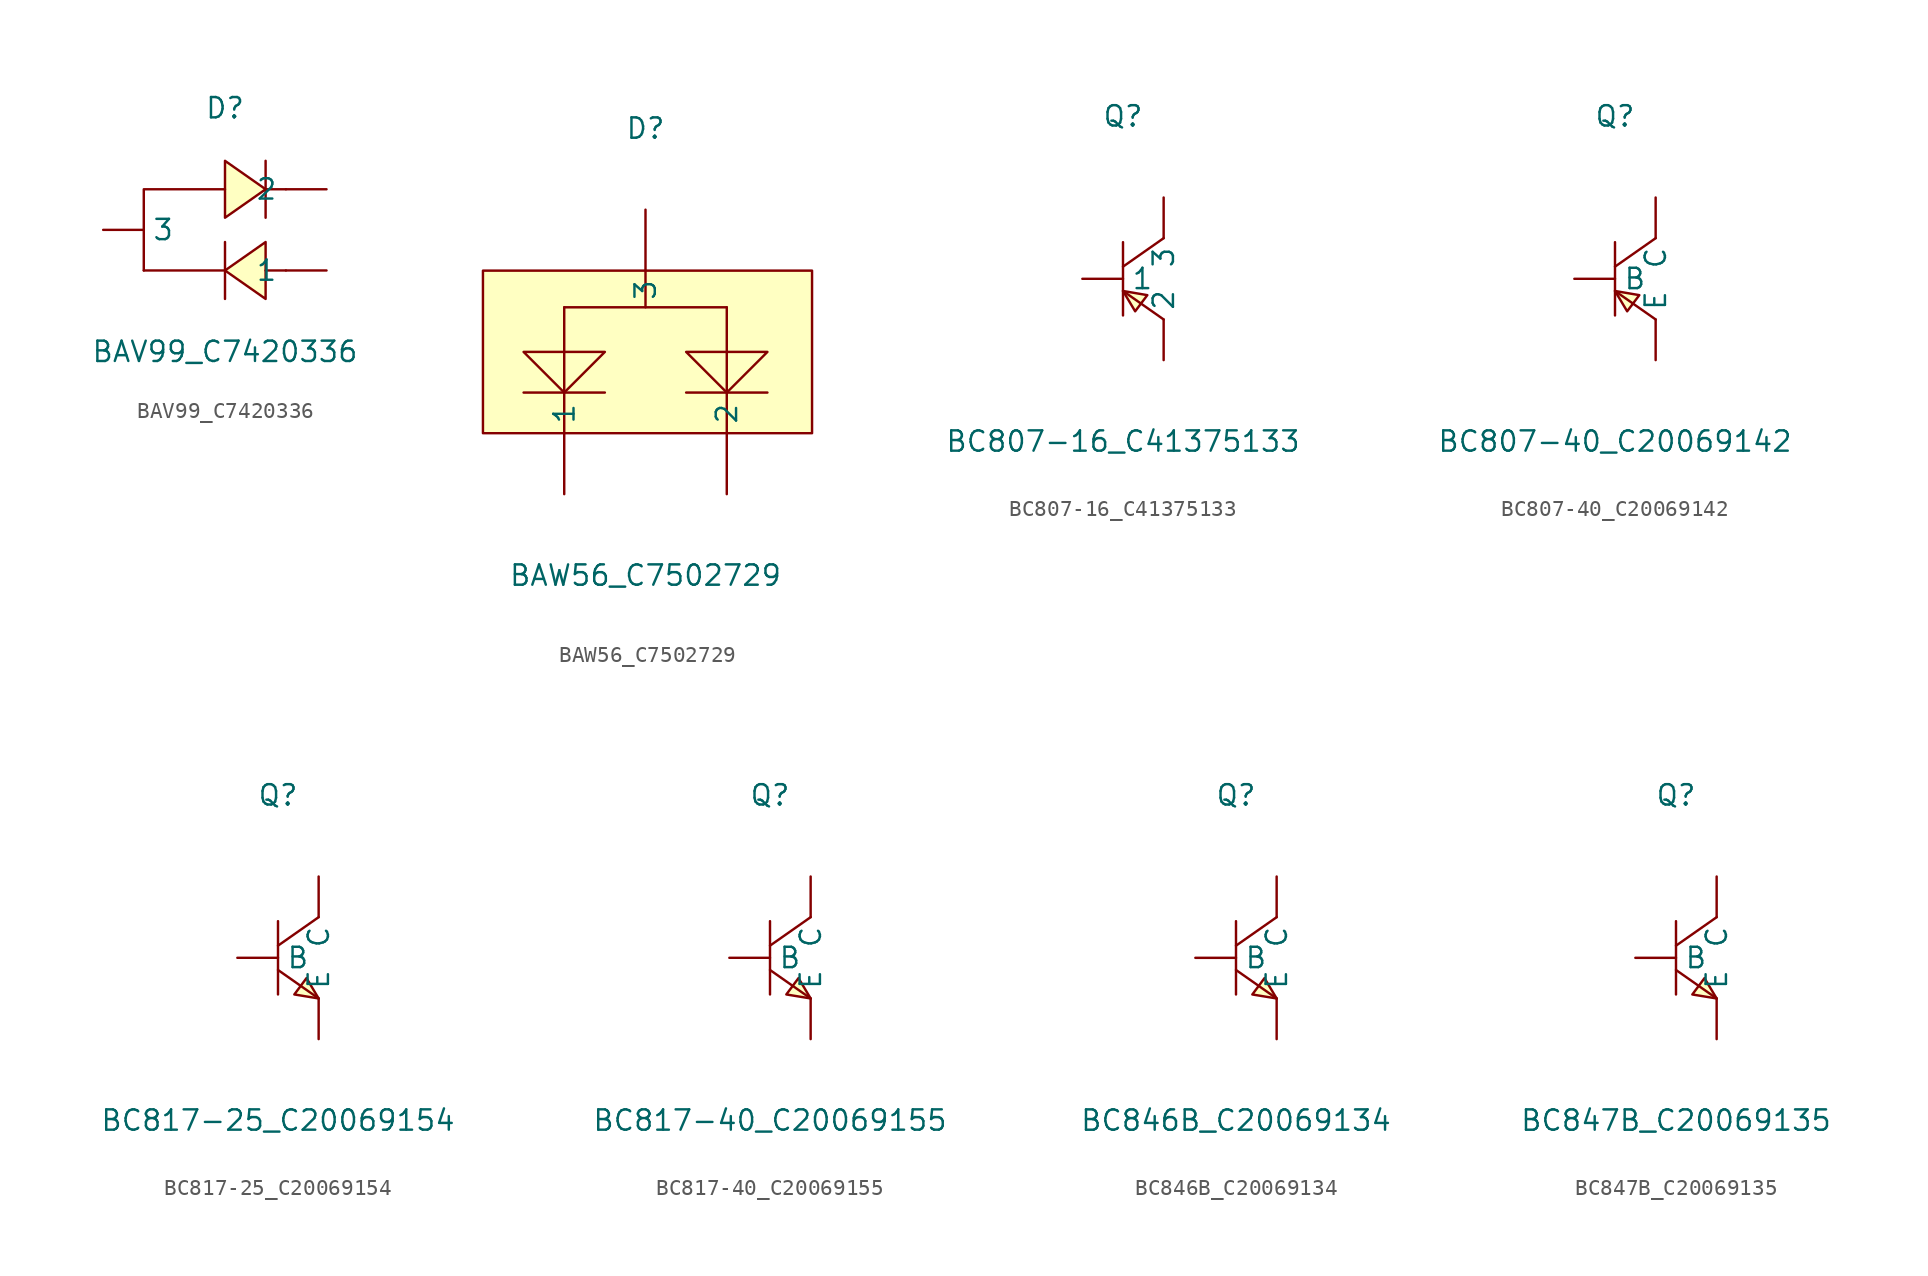
<source format=kicad_sym>
(kicad_symbol_lib
  (version 20241209)
  (generator "kicad_symbol_editor")
  (generator_version "9.0")
  (symbol "BAV99_C7420336"
    (pin_numbers
      (hide yes))
    (property "Reference" "D"
      (at 0 7.62 0)
      (effects (font (size 1.27 1.27))))
    (property "Value" "BAV99_C7420336"
      (at 0 -7.62 0)
      (effects (font (size 1.27 1.27))))
    (symbol "BAV99_C7420336_0_1"
      (polyline (pts (xy 0 2.54) (xy -5.08 2.54) (xy -5.08 -2.54) (xy -5.08 2.54)) (stroke (width 0) (type default)) (fill (type none)))
      (polyline (pts (xy 0 0.76) (xy 2.54 2.54) (xy 0 4.32) (xy 0 0.76)) (stroke (width 0) (type default)) (fill (type background)))
      (polyline (pts (xy 0 -0.76) (xy 0 -4.32)) (stroke (width 0) (type default)) (fill (type none)))
      (polyline (pts (xy 0 -2.54) (xy -5.08 -2.54)) (stroke (width 0) (type default)) (fill (type none)))
      (polyline (pts (xy 2.54 0.76) (xy 2.54 4.32)) (stroke (width 0) (type default)) (fill (type none)))
      (polyline (pts (xy 2.54 -0.76) (xy 0 -2.54) (xy 2.54 -4.32) (xy 2.54 -0.76)) (stroke (width 0) (type default)) (fill (type background)))
      (polyline (pts (xy 3.81 2.54) (xy 2.54 2.54)) (stroke (width 0) (type default)) (fill (type none)))
      (polyline (pts (xy 3.81 -2.54) (xy 2.54 -2.54)) (stroke (width 0) (type default)) (fill (type none)))
      (pin unspecified line (at -7.62 0 0) (length 2.54) (name "3" (effects (font (size 1.27 1.27)))) (number "3" (effects (font (size 1.27 1.27)))))
      (pin unspecified line (at 6.35 2.54 180) (length 2.54) (name "2" (effects (font (size 1.27 1.27)))) (number "2" (effects (font (size 1.27 1.27)))))
      (pin unspecified line (at 6.35 -2.54 180) (length 2.54) (name "1" (effects (font (size 1.27 1.27)))) (number "1" (effects (font (size 1.27 1.27)))))))
  (symbol "BAW56_C7502729"
    (pin_numbers
      (hide yes))
    (property "Reference" "D"
      (at 0 13.97 0)
      (effects (font (size 1.27 1.27))))
    (property "Value" "BAW56_C7502729"
      (at 0 -13.97 0)
      (effects (font (size 1.27 1.27))))
    (symbol "BAW56_C7502729_0_1"
      (rectangle (start -10.16 5.08) (end 10.41 -5.08) (stroke (width 0) (type default)) (fill (type background)))
      (polyline (pts (xy -7.62 -2.54) (xy -2.54 -2.54)) (stroke (width 0) (type default)) (fill (type none)))
      (polyline (pts (xy -5.08 2.79) (xy -5.08 -5.08)) (stroke (width 0) (type default)) (fill (type none)))
      (polyline (pts (xy -5.08 2.79) (xy 5.08 2.79)) (stroke (width 0) (type default)) (fill (type none)))
      (polyline (pts (xy -2.54 0) (xy -5.08 -2.54) (xy -7.62 0) (xy -2.54 0)) (stroke (width 0) (type default)) (fill (type background)))
      (polyline (pts (xy 0 5.08) (xy 0 2.79)) (stroke (width 0) (type default)) (fill (type none)))
      (polyline (pts (xy 2.54 -2.54) (xy 7.62 -2.54)) (stroke (width 0) (type default)) (fill (type none)))
      (polyline (pts (xy 5.08 2.79) (xy 5.08 -5.08)) (stroke (width 0) (type default)) (fill (type none)))
      (polyline (pts (xy 7.62 0) (xy 5.08 -2.54) (xy 2.54 0) (xy 7.62 0)) (stroke (width 0) (type default)) (fill (type background)))
      (pin input line (at -5.08 -8.89 90) (length 3.81) (name "1" (effects (font (size 1.27 1.27)))) (number "1" (effects (font (size 1.27 1.27)))))
      (pin input line (at 0 8.89 270) (length 3.81) (name "3" (effects (font (size 1.27 1.27)))) (number "3" (effects (font (size 1.27 1.27)))))
      (pin input line (at 5.08 -8.89 90) (length 3.81) (name "2" (effects (font (size 1.27 1.27)))) (number "2" (effects (font (size 1.27 1.27)))))))
  (symbol "BC807-16_C41375133"
    (pin_numbers
      (hide yes))
    (property "Reference" "Q"
      (at 0 10.16 0)
      (effects (font (size 1.27 1.27))))
    (property "Value" "BC807-16_C41375133"
      (at 0 -10.16 0)
      (effects (font (size 1.27 1.27))))
    (symbol "BC807-16_C41375133_0_1"
      (polyline (pts (xy 0 2.29) (xy 0 -2.29)) (stroke (width 0) (type default)) (fill (type none)))
      (polyline (pts (xy 0 -0.76) (xy 2.54 -2.54)) (stroke (width 0) (type default)) (fill (type none)))
      (polyline (pts (xy 0 -0.76) (xy 0.76 -2.03) (xy 1.52 -1.02) (xy 0 -0.76)) (stroke (width 0) (type default)) (fill (type background)))
      (polyline (pts (xy 2.54 2.54) (xy 0 0.76)) (stroke (width 0) (type default)) (fill (type none)))
      (pin input line (at -2.54 0 0) (length 2.54) (name "1" (effects (font (size 1.27 1.27)))) (number "1" (effects (font (size 1.27 1.27)))))
      (pin input line (at 2.54 5.08 270) (length 2.54) (name "3" (effects (font (size 1.27 1.27)))) (number "3" (effects (font (size 1.27 1.27)))))
      (pin input line (at 2.54 -5.08 90) (length 2.54) (name "2" (effects (font (size 1.27 1.27)))) (number "2" (effects (font (size 1.27 1.27)))))))
  (symbol "BC807-40_C20069142"
    (pin_numbers
      (hide yes))
    (property "Reference" "Q"
      (at 0 10.16 0)
      (effects (font (size 1.27 1.27))))
    (property "Value" "BC807-40_C20069142"
      (at 0 -10.16 0)
      (effects (font (size 1.27 1.27))))
    (symbol "BC807-40_C20069142_0_1"
      (polyline (pts (xy 0 2.29) (xy 0 -2.29)) (stroke (width 0) (type default)) (fill (type none)))
      (polyline (pts (xy 0 -0.76) (xy 2.54 -2.54)) (stroke (width 0) (type default)) (fill (type none)))
      (polyline (pts (xy 0 -0.76) (xy 0.76 -2.03) (xy 1.52 -1.02) (xy 0 -0.76)) (stroke (width 0) (type default)) (fill (type background)))
      (polyline (pts (xy 2.54 2.54) (xy 0 0.76)) (stroke (width 0) (type default)) (fill (type none)))
      (pin unspecified line (at -2.54 0 0) (length 2.54) (name "B" (effects (font (size 1.27 1.27)))) (number "1" (effects (font (size 1.27 1.27)))))
      (pin unspecified line (at 2.54 5.08 270) (length 2.54) (name "C" (effects (font (size 1.27 1.27)))) (number "3" (effects (font (size 1.27 1.27)))))
      (pin unspecified line (at 2.54 -5.08 90) (length 2.54) (name "E" (effects (font (size 1.27 1.27)))) (number "2" (effects (font (size 1.27 1.27)))))))
  (symbol "BC817-25_C20069154"
    (pin_numbers
      (hide yes))
    (property "Reference" "Q"
      (at 0 10.16 0)
      (effects (font (size 1.27 1.27))))
    (property "Value" "BC817-25_C20069154"
      (at 0 -10.16 0)
      (effects (font (size 1.27 1.27))))
    (symbol "BC817-25_C20069154_0_1"
      (polyline (pts (xy 0 2.29) (xy 0 -2.29)) (stroke (width 0) (type default)) (fill (type none)))
      (polyline (pts (xy 0 -0.76) (xy 2.54 -2.54)) (stroke (width 0) (type default)) (fill (type none)))
      (polyline (pts (xy 2.54 2.54) (xy 0 0.76)) (stroke (width 0) (type default)) (fill (type none)))
      (polyline (pts (xy 2.54 -2.54) (xy 1.78 -1.27) (xy 1.02 -2.29) (xy 2.54 -2.54)) (stroke (width 0) (type default)) (fill (type background)))
      (pin unspecified line (at -2.54 0 0) (length 2.54) (name "B" (effects (font (size 1.27 1.27)))) (number "1" (effects (font (size 1.27 1.27)))))
      (pin unspecified line (at 2.54 5.08 270) (length 2.54) (name "C" (effects (font (size 1.27 1.27)))) (number "3" (effects (font (size 1.27 1.27)))))
      (pin unspecified line (at 2.54 -5.08 90) (length 2.54) (name "E" (effects (font (size 1.27 1.27)))) (number "2" (effects (font (size 1.27 1.27)))))))
  (symbol "BC817-40_C20069155"
    (pin_numbers
      (hide yes))
    (property "Reference" "Q"
      (at 0 10.16 0)
      (effects (font (size 1.27 1.27))))
    (property "Value" "BC817-40_C20069155"
      (at 0 -10.16 0)
      (effects (font (size 1.27 1.27))))
    (symbol "BC817-40_C20069155_0_1"
      (polyline (pts (xy 0 2.29) (xy 0 -2.29)) (stroke (width 0) (type default)) (fill (type none)))
      (polyline (pts (xy 0 -0.76) (xy 2.54 -2.54)) (stroke (width 0) (type default)) (fill (type none)))
      (polyline (pts (xy 2.54 2.54) (xy 0 0.76)) (stroke (width 0) (type default)) (fill (type none)))
      (polyline (pts (xy 2.54 -2.54) (xy 1.78 -1.27) (xy 1.02 -2.29) (xy 2.54 -2.54)) (stroke (width 0) (type default)) (fill (type background)))
      (pin input line (at -2.54 0 0) (length 2.54) (name "B" (effects (font (size 1.27 1.27)))) (number "1" (effects (font (size 1.27 1.27)))))
      (pin input line (at 2.54 5.08 270) (length 2.54) (name "C" (effects (font (size 1.27 1.27)))) (number "3" (effects (font (size 1.27 1.27)))))
      (pin input line (at 2.54 -5.08 90) (length 2.54) (name "E" (effects (font (size 1.27 1.27)))) (number "2" (effects (font (size 1.27 1.27)))))))
  (symbol "BC846B_C20069134"
    (pin_numbers
      (hide yes))
    (property "Reference" "Q"
      (at 0 10.16 0)
      (effects (font (size 1.27 1.27))))
    (property "Value" "BC846B_C20069134"
      (at 0 -10.16 0)
      (effects (font (size 1.27 1.27))))
    (symbol "BC846B_C20069134_0_1"
      (polyline (pts (xy 0 2.29) (xy 0 -2.29)) (stroke (width 0) (type default)) (fill (type none)))
      (polyline (pts (xy 0 -0.76) (xy 2.54 -2.54)) (stroke (width 0) (type default)) (fill (type none)))
      (polyline (pts (xy 2.54 2.54) (xy 0 0.76)) (stroke (width 0) (type default)) (fill (type none)))
      (polyline (pts (xy 2.54 -2.54) (xy 1.78 -1.27) (xy 1.02 -2.29) (xy 2.54 -2.54)) (stroke (width 0) (type default)) (fill (type background)))
      (pin input line (at -2.54 0 0) (length 2.54) (name "B" (effects (font (size 1.27 1.27)))) (number "1" (effects (font (size 1.27 1.27)))))
      (pin input line (at 2.54 5.08 270) (length 2.54) (name "C" (effects (font (size 1.27 1.27)))) (number "3" (effects (font (size 1.27 1.27)))))
      (pin input line (at 2.54 -5.08 90) (length 2.54) (name "E" (effects (font (size 1.27 1.27)))) (number "2" (effects (font (size 1.27 1.27)))))))
  (symbol "BC847B_C20069135"
    (pin_numbers
      (hide yes))
    (property "Reference" "Q"
      (at 0 10.16 0)
      (effects (font (size 1.27 1.27))))
    (property "Value" "BC847B_C20069135"
      (at 0 -10.16 0)
      (effects (font (size 1.27 1.27))))
    (symbol "BC847B_C20069135_0_1"
      (polyline (pts (xy 0 2.29) (xy 0 -2.29)) (stroke (width 0) (type default)) (fill (type none)))
      (polyline (pts (xy 0 -0.76) (xy 2.54 -2.54)) (stroke (width 0) (type default)) (fill (type none)))
      (polyline (pts (xy 2.54 2.54) (xy 0 0.76)) (stroke (width 0) (type default)) (fill (type none)))
      (polyline (pts (xy 2.54 -2.54) (xy 1.78 -1.27) (xy 1.02 -2.29) (xy 2.54 -2.54)) (stroke (width 0) (type default)) (fill (type background)))
      (pin input line (at -2.54 0 0) (length 2.54) (name "B" (effects (font (size 1.27 1.27)))) (number "1" (effects (font (size 1.27 1.27)))))
      (pin input line (at 2.54 5.08 270) (length 2.54) (name "C" (effects (font (size 1.27 1.27)))) (number "3" (effects (font (size 1.27 1.27)))))
      (pin input line (at 2.54 -5.08 90) (length 2.54) (name "E" (effects (font (size 1.27 1.27)))) (number "2" (effects (font (size 1.27 1.27))))))))
</source>
